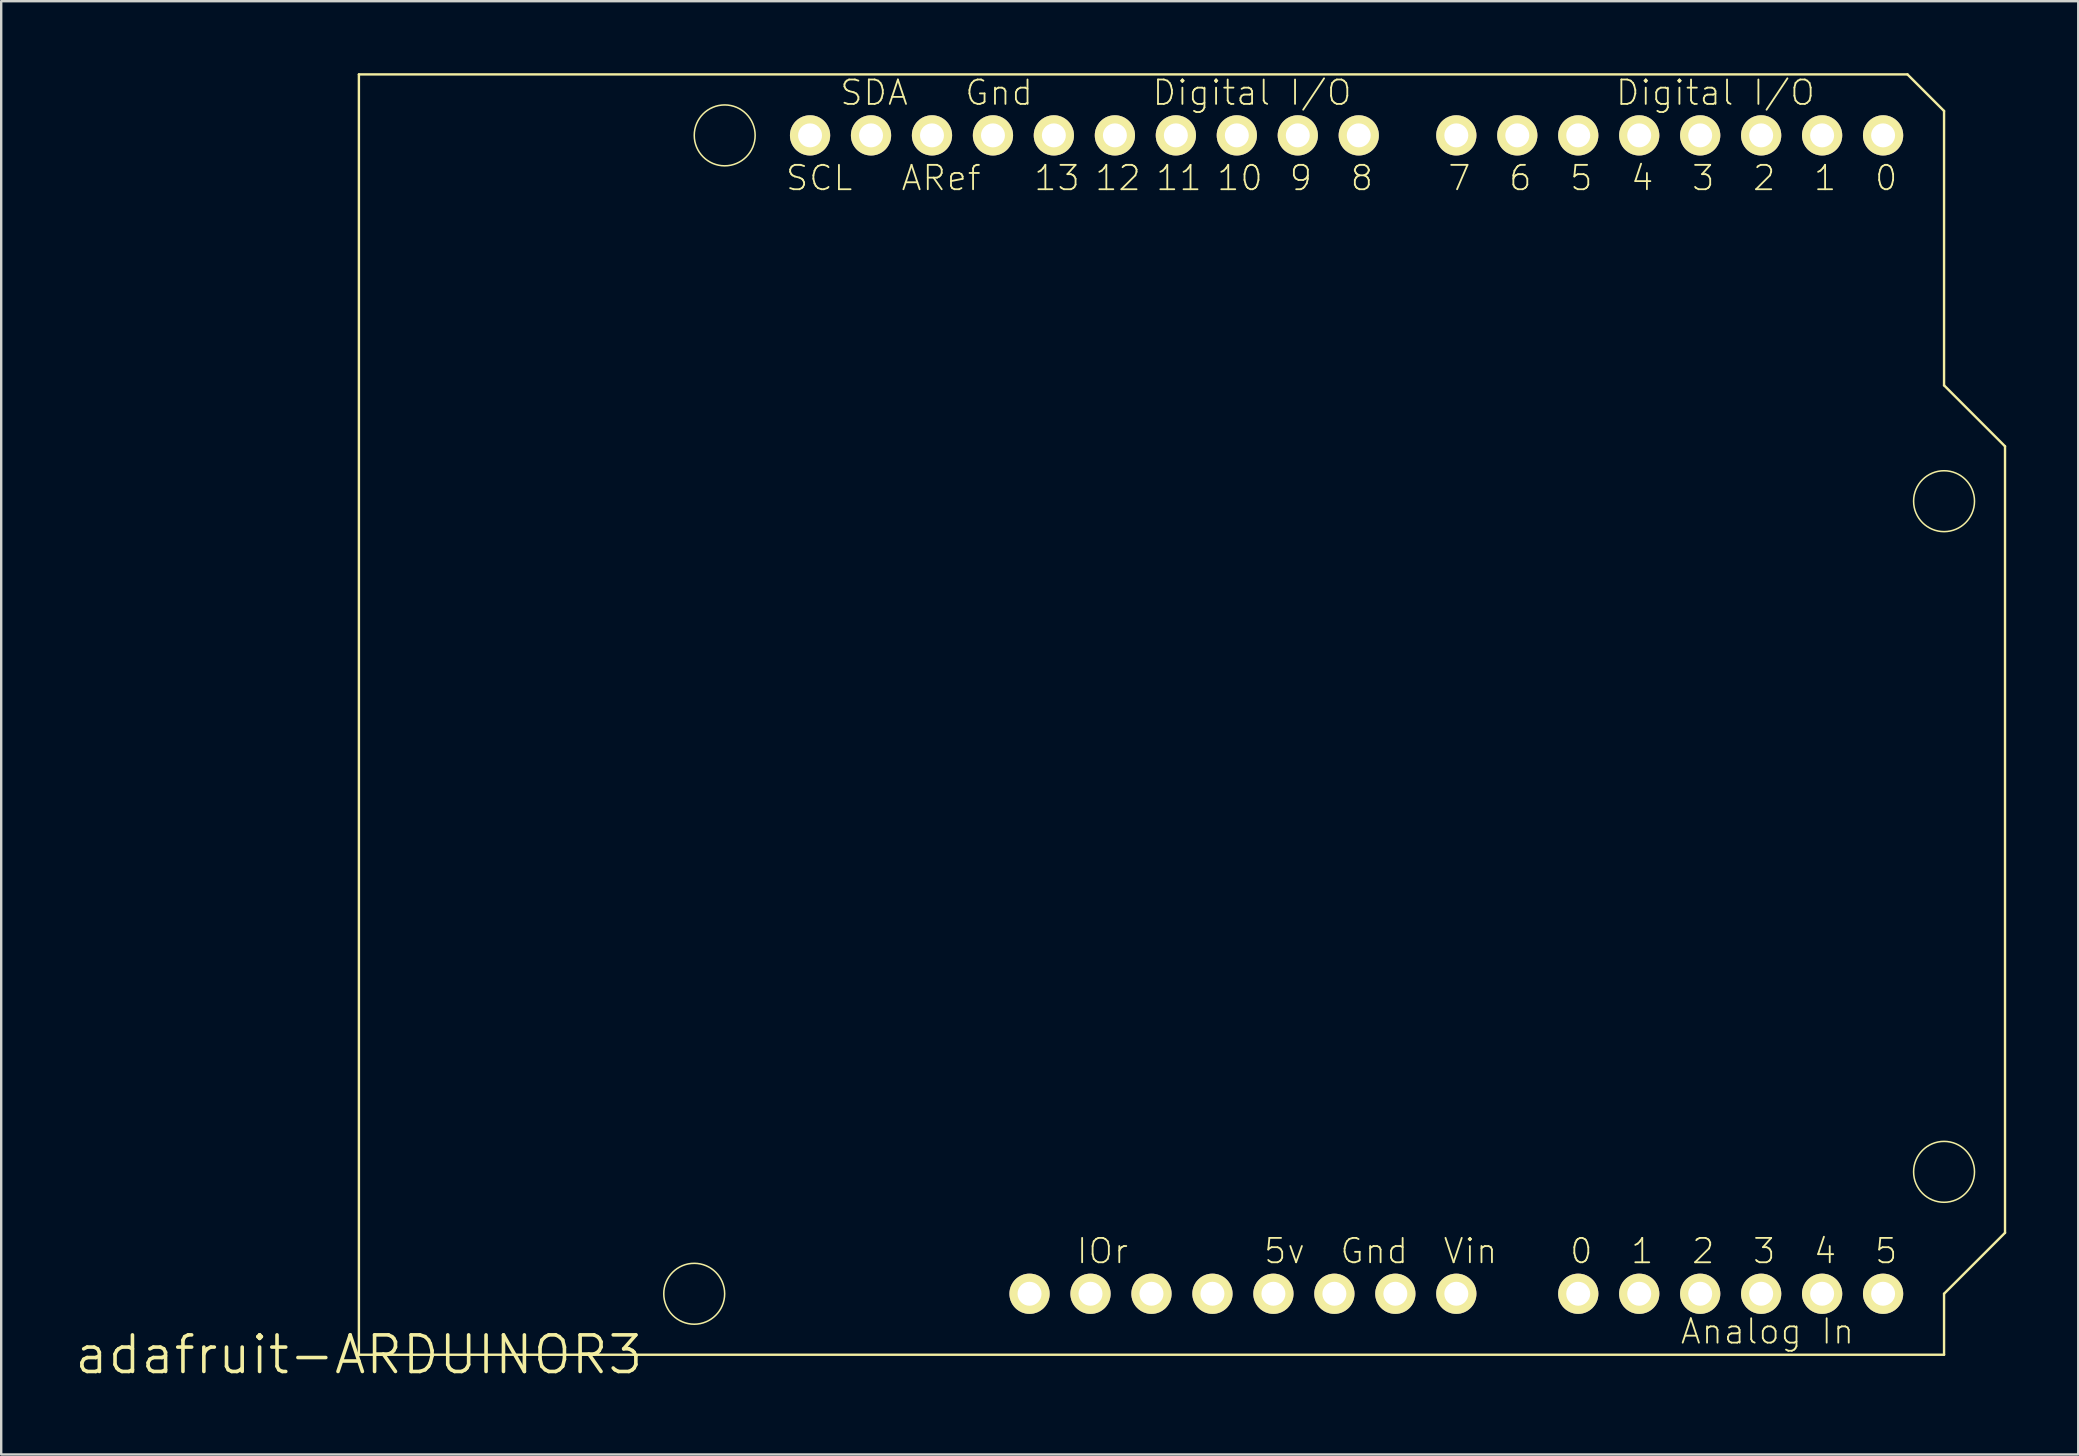
<source format=kicad_pcb>
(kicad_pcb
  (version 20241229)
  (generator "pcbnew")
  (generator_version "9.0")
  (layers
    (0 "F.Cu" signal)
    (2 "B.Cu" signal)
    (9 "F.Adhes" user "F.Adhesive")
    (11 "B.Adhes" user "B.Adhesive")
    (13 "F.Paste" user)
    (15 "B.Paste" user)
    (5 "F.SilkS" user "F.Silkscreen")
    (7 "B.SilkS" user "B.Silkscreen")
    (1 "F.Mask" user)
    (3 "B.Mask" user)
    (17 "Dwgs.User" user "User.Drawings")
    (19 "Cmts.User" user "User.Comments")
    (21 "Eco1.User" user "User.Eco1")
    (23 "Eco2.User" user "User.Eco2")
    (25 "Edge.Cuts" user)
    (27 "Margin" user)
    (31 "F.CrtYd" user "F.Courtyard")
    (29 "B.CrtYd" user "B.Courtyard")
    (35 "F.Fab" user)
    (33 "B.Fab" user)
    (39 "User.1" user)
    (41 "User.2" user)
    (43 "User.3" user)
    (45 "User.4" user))
  (footprint "adafruit-ARDUINOR3"
    (layer "F.Cu")
    (at 11.902 53.39)
    (property "Reference" "adafruit-ARDUINOR3" (at 0 0 0) (layer "F.SilkS") (effects (font (size 1.524 1.524) (thickness 0.15))))
    (attr exclude_from_pos_files exclude_from_bom)
    (fp_line (start 0 -53.34) (end 0 0) (stroke (width 0.1) (type solid)) (layer "F.SilkS"))
    (fp_line (start 0 0) (end 66.04 0) (stroke (width 0.1) (type solid)) (layer "F.SilkS"))
    (fp_line (start 64.516 -53.34) (end 0 -53.34) (stroke (width 0.1) (type solid)) (layer "F.SilkS"))
    (fp_line (start 66.04 -51.816) (end 64.516 -53.34) (stroke (width 0.1) (type solid)) (layer "F.SilkS"))
    (fp_line (start 66.04 -40.386) (end 66.04 -51.816) (stroke (width 0.1) (type solid)) (layer "F.SilkS"))
    (fp_line (start 66.04 -2.54) (end 68.58 -5.08) (stroke (width 0.1) (type solid)) (layer "F.SilkS"))
    (fp_line (start 66.04 0) (end 66.04 -2.54) (stroke (width 0.1) (type solid)) (layer "F.SilkS"))
    (fp_line (start 68.58 -37.846) (end 66.04 -40.386) (stroke (width 0.1) (type solid)) (layer "F.SilkS"))
    (fp_line (start 68.58 -5.08) (end 68.58 -37.846) (stroke (width 0.1) (type solid)) (layer "F.SilkS"))
    (fp_circle (center 13.97 -2.54) (end 14.867 -3.437) (stroke (width 0.064) (type solid)) (fill no) (layer "F.SilkS"))
    (fp_circle (center 15.24 -50.8) (end 16.137 -51.697) (stroke (width 0.064) (type solid)) (fill no) (layer "F.SilkS"))
    (fp_circle (center 66.04 -35.56) (end 66.937 -36.457) (stroke (width 0.064) (type solid)) (fill no) (layer "F.SilkS"))
    (fp_circle (center 66.04 -7.62) (end 66.937 -8.517) (stroke (width 0.064) (type solid)) (fill no) (layer "F.SilkS"))
    (fp_text user "1" (at 53.467 -4.318 0) (layer "F.SilkS") (effects (font (size 1.016 1.016) (thickness 0.076))))
    (fp_text user "10" (at 36.703 -49.022 180) (layer "F.SilkS") (effects (font (size 1.016 1.016) (thickness 0.076))))
    (fp_text user "5v" (at 38.562 -4.318 0) (layer "F.SilkS") (effects (font (size 1.016 1.016) (thickness 0.076))))
    (fp_text user "5" (at 63.627 -4.318 0) (layer "F.SilkS") (effects (font (size 1.016 1.016) (thickness 0.076))))
    (fp_text user "1" (at 61.084 -49.022 180) (layer "F.SilkS") (effects (font (size 1.016 1.016) (thickness 0.076))))
    (fp_text user "Digital I/O" (at 56.515 -52.578 0) (layer "F.SilkS") (effects (font (size 1.016 1.016) (thickness 0.076))))
    (fp_text user "9" (at 39.243 -49.022 180) (layer "F.SilkS") (effects (font (size 1.016 1.016) (thickness 0.076))))
    (fp_text user "5" (at 50.927 -49.022 180) (layer "F.SilkS") (effects (font (size 1.016 1.016) (thickness 0.076))))
    (fp_text user "13" (at 29.083 -49.022 180) (layer "F.SilkS") (effects (font (size 1.016 1.016) (thickness 0.076))))
    (fp_text user "SDA" (at 21.463 -52.578 0) (layer "F.SilkS") (effects (font (size 1.016 1.016) (thickness 0.076))))
    (fp_text user "4" (at 61.084 -4.318 0) (layer "F.SilkS") (effects (font (size 1.016 1.016) (thickness 0.076))))
    (fp_text user "3" (at 58.547 -4.318 0) (layer "F.SilkS") (effects (font (size 1.016 1.016) (thickness 0.076))))
    (fp_text user "Digital I/O" (at 37.211 -52.578 0) (layer "F.SilkS") (effects (font (size 1.016 1.016) (thickness 0.076))))
    (fp_text user "0" (at 63.627 -49.022 180) (layer "F.SilkS") (effects (font (size 1.016 1.016) (thickness 0.076))))
    (fp_text user "ARef" (at 24.257 -49.022 0) (layer "F.SilkS") (effects (font (size 1.016 1.016) (thickness 0.076))))
    (fp_text user "2" (at 58.547 -49.022 180) (layer "F.SilkS") (effects (font (size 1.016 1.016) (thickness 0.076))))
    (fp_text user "6" (at 48.387 -49.022 180) (layer "F.SilkS") (effects (font (size 1.016 1.016) (thickness 0.076))))
    (fp_text user "IOr" (at 30.978 -4.318 0) (layer "F.SilkS") (effects (font (size 1.016 1.016) (thickness 0.076))))
    (fp_text user "Gnd" (at 26.67 -52.578 0) (layer "F.SilkS") (effects (font (size 1.016 1.016) (thickness 0.076))))
    (fp_text user "Vin" (at 46.309 -4.318 0) (layer "F.SilkS") (effects (font (size 1.016 1.016) (thickness 0.076))))
    (fp_text user "SCL" (at 19.177 -49.022 0) (layer "F.SilkS") (effects (font (size 1.016 1.016) (thickness 0.076))))
    (fp_text user "3" (at 56.007 -49.022 180) (layer "F.SilkS") (effects (font (size 1.016 1.016) (thickness 0.076))))
    (fp_text user "Gnd" (at 42.299 -4.318 0) (layer "F.SilkS") (effects (font (size 1.016 1.016) (thickness 0.076))))
    (fp_text user "0" (at 50.927 -4.318 0) (layer "F.SilkS") (effects (font (size 1.016 1.016) (thickness 0.076))))
    (fp_text user "7" (at 45.847 -49.022 180) (layer "F.SilkS") (effects (font (size 1.016 1.016) (thickness 0.076))))
    (fp_text user "12" (at 31.623 -49.022 180) (layer "F.SilkS") (effects (font (size 1.016 1.016) (thickness 0.076))))
    (fp_text user "4" (at 53.467 -49.022 180) (layer "F.SilkS") (effects (font (size 1.016 1.016) (thickness 0.076))))
    (fp_text user "8" (at 41.783 -49.022 180) (layer "F.SilkS") (effects (font (size 1.016 1.016) (thickness 0.076))))
    (fp_text user "2" (at 56.007 -4.318 0) (layer "F.SilkS") (effects (font (size 1.016 1.016) (thickness 0.076))))
    (fp_text user "11" (at 34.163 -49.022 180) (layer "F.SilkS") (effects (font (size 1.016 1.016) (thickness 0.076))))
    (fp_text user "Analog In" (at 58.682 -0.97 0) (layer "F.SilkS") (effects (font (size 1.016 1.016) (thickness 0.076))))
    (pad "3V" thru_hole circle (at 35.56 -2.54) (size 1.676 1.676) (drill 0.998) (layers "*.Cu" "F.Mask" "F.SilkS" "F.Paste"))
    (pad "5V" thru_hole circle (at 38.1 -2.54) (size 1.676 1.676) (drill 0.998) (layers "*.Cu" "F.Mask" "F.SilkS" "F.Paste"))
    (pad "A0" thru_hole circle (at 50.8 -2.54) (size 1.676 1.676) (drill 0.998) (layers "*.Cu" "F.Mask" "F.SilkS" "F.Paste"))
    (pad "A1" thru_hole circle (at 53.34 -2.54) (size 1.676 1.676) (drill 0.998) (layers "*.Cu" "F.Mask" "F.SilkS" "F.Paste"))
    (pad "A2" thru_hole circle (at 55.88 -2.54) (size 1.676 1.676) (drill 0.998) (layers "*.Cu" "F.Mask" "F.SilkS" "F.Paste"))
    (pad "A3" thru_hole circle (at 58.42 -2.54) (size 1.676 1.676) (drill 0.998) (layers "*.Cu" "F.Mask" "F.SilkS" "F.Paste"))
    (pad "A4" thru_hole circle (at 60.96 -2.54) (size 1.676 1.676) (drill 0.998) (layers "*.Cu" "F.Mask" "F.SilkS" "F.Paste"))
    (pad "A5" thru_hole circle (at 63.5 -2.54) (size 1.676 1.676) (drill 0.998) (layers "*.Cu" "F.Mask" "F.SilkS" "F.Paste"))
    (pad "AREF" thru_hole circle (at 23.876 -50.8) (size 1.676 1.676) (drill 0.998) (layers "*.Cu" "F.Mask" "F.SilkS" "F.Paste"))
    (pad "D0" thru_hole circle (at 63.5 -50.8) (size 1.676 1.676) (drill 0.998) (layers "*.Cu" "F.Mask" "F.SilkS" "F.Paste"))
    (pad "D1" thru_hole circle (at 60.96 -50.8) (size 1.676 1.676) (drill 0.998) (layers "*.Cu" "F.Mask" "F.SilkS" "F.Paste"))
    (pad "D2" thru_hole circle (at 58.42 -50.8) (size 1.676 1.676) (drill 0.998) (layers "*.Cu" "F.Mask" "F.SilkS" "F.Paste"))
    (pad "D3" thru_hole circle (at 55.88 -50.8) (size 1.676 1.676) (drill 0.998) (layers "*.Cu" "F.Mask" "F.SilkS" "F.Paste"))
    (pad "D4" thru_hole circle (at 53.34 -50.8) (size 1.676 1.676) (drill 0.998) (layers "*.Cu" "F.Mask" "F.SilkS" "F.Paste"))
    (pad "D5" thru_hole circle (at 50.8 -50.8) (size 1.676 1.676) (drill 0.998) (layers "*.Cu" "F.Mask" "F.SilkS" "F.Paste"))
    (pad "D6" thru_hole circle (at 48.26 -50.8) (size 1.676 1.676) (drill 0.998) (layers "*.Cu" "F.Mask" "F.SilkS" "F.Paste"))
    (pad "D7" thru_hole circle (at 45.72 -50.8) (size 1.676 1.676) (drill 0.998) (layers "*.Cu" "F.Mask" "F.SilkS" "F.Paste"))
    (pad "D8" thru_hole circle (at 41.656 -50.8) (size 1.676 1.676) (drill 0.998) (layers "*.Cu" "F.Mask" "F.SilkS" "F.Paste"))
    (pad "D9" thru_hole circle (at 39.116 -50.8) (size 1.676 1.676) (drill 0.998) (layers "*.Cu" "F.Mask" "F.SilkS" "F.Paste"))
    (pad "D10" thru_hole circle (at 36.576 -50.8) (size 1.676 1.676) (drill 0.998) (layers "*.Cu" "F.Mask" "F.SilkS" "F.Paste"))
    (pad "D11" thru_hole circle (at 34.036 -50.8) (size 1.676 1.676) (drill 0.998) (layers "*.Cu" "F.Mask" "F.SilkS" "F.Paste"))
    (pad "D12" thru_hole circle (at 31.496 -50.8) (size 1.676 1.676) (drill 0.998) (layers "*.Cu" "F.Mask" "F.SilkS" "F.Paste"))
    (pad "D13" thru_hole circle (at 28.953 -50.8) (size 1.676 1.676) (drill 0.998) (layers "*.Cu" "F.Mask" "F.SilkS" "F.Paste"))
    (pad "GND" thru_hole circle (at 26.416 -50.8) (size 1.676 1.676) (drill 0.998) (layers "*.Cu" "F.Mask" "F.SilkS" "F.Paste"))
    (pad "GND1" thru_hole circle (at 43.18 -2.54) (size 1.676 1.676) (drill 0.998) (layers "*.Cu" "F.Mask" "F.SilkS" "F.Paste"))
    (pad "GND2" thru_hole circle (at 40.64 -2.54) (size 1.676 1.676) (drill 0.998) (layers "*.Cu" "F.Mask" "F.SilkS" "F.Paste"))
    (pad "IORE" thru_hole circle (at 30.48 -2.54) (size 1.676 1.676) (drill 0.998) (layers "*.Cu" "F.Mask" "F.SilkS" "F.Paste"))
    (pad "RESE" thru_hole circle (at 27.94 -2.54) (size 1.676 1.676) (drill 0.998) (layers "*.Cu" "F.Mask" "F.SilkS" "F.Paste"))
    (pad "RESE" thru_hole circle (at 33.02 -2.54) (size 1.676 1.676) (drill 0.998) (layers "*.Cu" "F.Mask" "F.SilkS" "F.Paste"))
    (pad "SCL" thru_hole circle (at 18.796 -50.8) (size 1.676 1.676) (drill 0.998) (layers "*.Cu" "F.Mask" "F.SilkS" "F.Paste"))
    (pad "SDA" thru_hole circle (at 21.336 -50.8) (size 1.676 1.676) (drill 0.998) (layers "*.Cu" "F.Mask" "F.SilkS" "F.Paste"))
    (pad "VIN" thru_hole circle (at 45.72 -2.54) (size 1.676 1.676) (drill 0.998) (layers "*.Cu" "F.Mask" "F.SilkS" "F.Paste")))
  (gr_rect
    (start -3 -3)
    (end 83.532 57.545)
    (stroke (width 0.1) (type default))
    (fill no)
    (layer "Edge.Cuts")))
</source>
